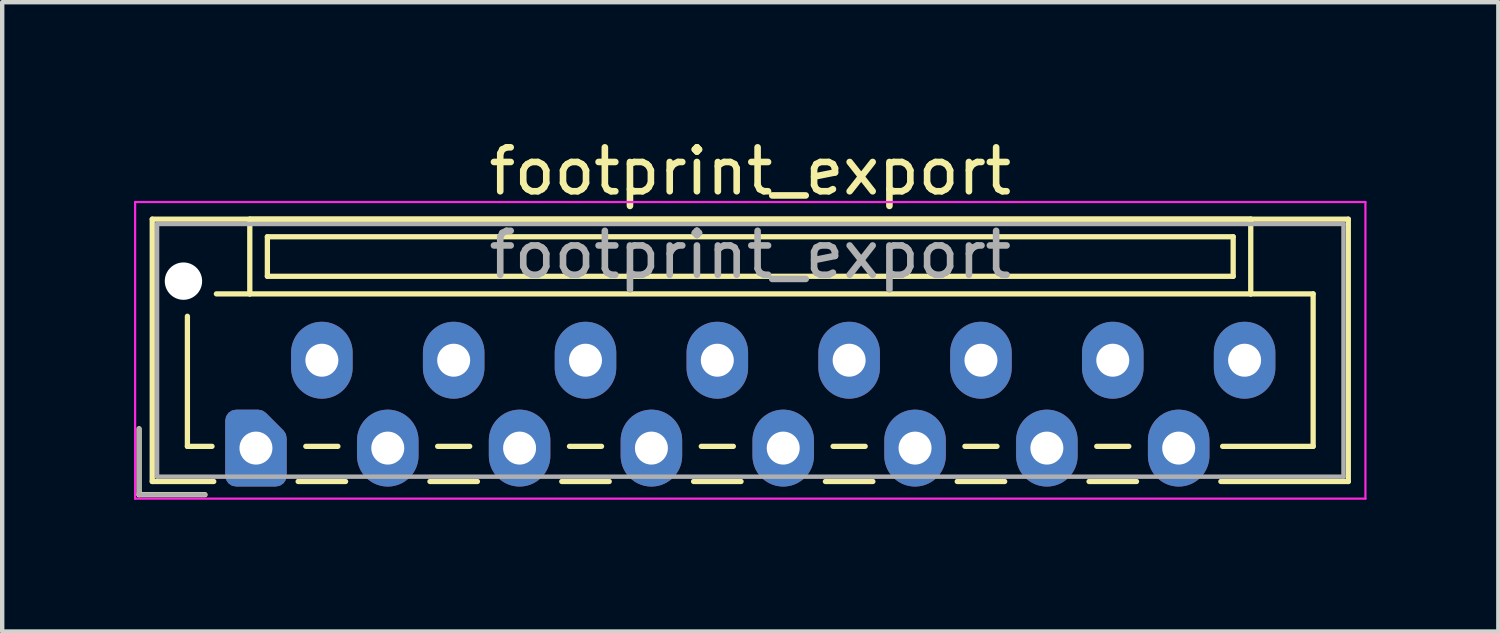
<source format=kicad_pcb>
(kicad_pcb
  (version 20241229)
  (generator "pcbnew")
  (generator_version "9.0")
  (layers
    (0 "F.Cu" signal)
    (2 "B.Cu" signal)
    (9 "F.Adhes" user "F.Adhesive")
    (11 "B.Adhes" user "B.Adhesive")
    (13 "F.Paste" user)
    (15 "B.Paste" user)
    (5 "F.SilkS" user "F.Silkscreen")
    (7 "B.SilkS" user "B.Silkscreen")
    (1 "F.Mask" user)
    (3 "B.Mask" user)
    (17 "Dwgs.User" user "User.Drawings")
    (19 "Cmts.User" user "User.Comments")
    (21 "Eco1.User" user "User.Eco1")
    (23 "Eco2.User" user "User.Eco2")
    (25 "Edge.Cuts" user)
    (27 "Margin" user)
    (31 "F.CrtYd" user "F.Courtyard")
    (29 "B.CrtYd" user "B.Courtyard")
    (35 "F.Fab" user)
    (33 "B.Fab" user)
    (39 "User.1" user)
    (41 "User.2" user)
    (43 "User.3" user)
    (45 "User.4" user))
  (footprint "footprint_export"
    (layer "F.Cu")
    (at 2.775 7.148)
    (property "Reference" "footprint_export" (at 11.25 -6.3 0) (layer "F.SilkS") (effects (font (size 1 1) (thickness 0.15))))
    (attr through_hole)
    (fp_line (start -2.66 -0.44) (end -2.66 1.06) (stroke (width 0.12) (type solid)) (layer "F.SilkS"))
    (fp_line (start -2.66 1.06) (end -1.16 1.06) (stroke (width 0.12) (type solid)) (layer "F.SilkS"))
    (fp_line (start -2.36 -5.21) (end 24.86 -5.21) (stroke (width 0.12) (type solid)) (layer "F.SilkS"))
    (fp_line (start -2.36 0.76) (end -2.36 -5.21) (stroke (width 0.12) (type solid)) (layer "F.SilkS"))
    (fp_line (start -1.56 -3) (end -1.56 -0.04) (stroke (width 0.12) (type solid)) (layer "F.SilkS"))
    (fp_line (start -1.56 -0.04) (end -1 -0.04) (stroke (width 0.12) (type solid)) (layer "F.SilkS"))
    (fp_line (start -0.96 0.76) (end -2.36 0.76) (stroke (width 0.12) (type solid)) (layer "F.SilkS"))
    (fp_line (start -0.14 -5.21) (end -0.14 -3.51) (stroke (width 0.12) (type solid)) (layer "F.SilkS"))
    (fp_line (start -0.14 -3.51) (end -0.9 -3.51) (stroke (width 0.12) (type solid)) (layer "F.SilkS"))
    (fp_line (start -0.14 -3.51) (end 22.64 -3.51) (stroke (width 0.12) (type solid)) (layer "F.SilkS"))
    (fp_line (start 0.26 -4.81) (end 0.26 -3.91) (stroke (width 0.12) (type solid)) (layer "F.SilkS"))
    (fp_line (start 0.26 -3.91) (end 22.24 -3.91) (stroke (width 0.12) (type solid)) (layer "F.SilkS"))
    (fp_line (start 0.96 0.76) (end 2.04 0.76) (stroke (width 0.12) (type solid)) (layer "F.SilkS"))
    (fp_line (start 1.135 -0.04) (end 1.865 -0.04) (stroke (width 0.12) (type solid)) (layer "F.SilkS"))
    (fp_line (start 3.96 0.76) (end 5.04 0.76) (stroke (width 0.12) (type solid)) (layer "F.SilkS"))
    (fp_line (start 4.135 -0.04) (end 4.865 -0.04) (stroke (width 0.12) (type solid)) (layer "F.SilkS"))
    (fp_line (start 6.96 0.76) (end 8.04 0.76) (stroke (width 0.12) (type solid)) (layer "F.SilkS"))
    (fp_line (start 7.135 -0.04) (end 7.865 -0.04) (stroke (width 0.12) (type solid)) (layer "F.SilkS"))
    (fp_line (start 9.96 0.76) (end 11.04 0.76) (stroke (width 0.12) (type solid)) (layer "F.SilkS"))
    (fp_line (start 10.135 -0.04) (end 10.865 -0.04) (stroke (width 0.12) (type solid)) (layer "F.SilkS"))
    (fp_line (start 12.96 0.76) (end 14.04 0.76) (stroke (width 0.12) (type solid)) (layer "F.SilkS"))
    (fp_line (start 13.135 -0.04) (end 13.865 -0.04) (stroke (width 0.12) (type solid)) (layer "F.SilkS"))
    (fp_line (start 15.96 0.76) (end 17.04 0.76) (stroke (width 0.12) (type solid)) (layer "F.SilkS"))
    (fp_line (start 16.135 -0.04) (end 16.865 -0.04) (stroke (width 0.12) (type solid)) (layer "F.SilkS"))
    (fp_line (start 18.96 0.76) (end 20.04 0.76) (stroke (width 0.12) (type solid)) (layer "F.SilkS"))
    (fp_line (start 19.135 -0.04) (end 19.865 -0.04) (stroke (width 0.12) (type solid)) (layer "F.SilkS"))
    (fp_line (start 22.24 -4.81) (end 0.26 -4.81) (stroke (width 0.12) (type solid)) (layer "F.SilkS"))
    (fp_line (start 22.24 -3.91) (end 22.24 -4.81) (stroke (width 0.12) (type solid)) (layer "F.SilkS"))
    (fp_line (start 22.64 -5.21) (end -0.14 -5.21) (stroke (width 0.12) (type solid)) (layer "F.SilkS"))
    (fp_line (start 22.64 -3.51) (end 22.64 -5.21) (stroke (width 0.12) (type solid)) (layer "F.SilkS"))
    (fp_line (start 22.64 -3.51) (end 24.06 -3.51) (stroke (width 0.12) (type solid)) (layer "F.SilkS"))
    (fp_line (start 24.06 -3.51) (end 24.06 -0.04) (stroke (width 0.12) (type solid)) (layer "F.SilkS"))
    (fp_line (start 24.06 -0.04) (end 22 -0.04) (stroke (width 0.12) (type solid)) (layer "F.SilkS"))
    (fp_line (start 24.86 -5.21) (end 24.86 0.76) (stroke (width 0.12) (type solid)) (layer "F.SilkS"))
    (fp_line (start 24.86 0.76) (end 21.96 0.76) (stroke (width 0.12) (type solid)) (layer "F.SilkS"))
    (fp_line (start -2.75 -5.6) (end -2.75 1.15) (stroke (width 0.05) (type solid)) (layer "F.CrtYd"))
    (fp_line (start -2.75 1.15) (end 25.25 1.15) (stroke (width 0.05) (type solid)) (layer "F.CrtYd"))
    (fp_line (start 25.25 -5.6) (end -2.75 -5.6) (stroke (width 0.05) (type solid)) (layer "F.CrtYd"))
    (fp_line (start 25.25 1.15) (end 25.25 -5.6) (stroke (width 0.05) (type solid)) (layer "F.CrtYd"))
    (fp_line (start -2.66 -0.44) (end -2.66 1.06) (stroke (width 0.1) (type solid)) (layer "F.Fab"))
    (fp_line (start -2.66 1.06) (end -1.16 1.06) (stroke (width 0.1) (type solid)) (layer "F.Fab"))
    (fp_line (start -2.25 -5.1) (end -2.25 0.65) (stroke (width 0.1) (type solid)) (layer "F.Fab"))
    (fp_line (start -2.25 0.65) (end 24.75 0.65) (stroke (width 0.1) (type solid)) (layer "F.Fab"))
    (fp_line (start 24.75 -5.1) (end -2.25 -5.1) (stroke (width 0.1) (type solid)) (layer "F.Fab"))
    (fp_line (start 24.75 0.65) (end 24.75 -5.1) (stroke (width 0.1) (type solid)) (layer "F.Fab"))
    (fp_text user "${REFERENCE}" (at 11.25 -4.4 0) (layer "F.Fab") (effects (font (size 1 1) (thickness 0.15))))
    (pad "" np_thru_hole circle (at -1.65 -3.8) (size 0.85 0.85) (drill 0.85) (layers "*.Cu" "*.Mask"))
    (pad "1" thru_hole custom (at 0 0) (size 1.117 1.117) (drill 0.75) (layers "*.Cu" "*.Mask") (options (anchor circle)) (primitives (gr_poly (pts (xy 0.45 -0.225) (xy 0.45 0.625) (xy -0.45 0.625) (xy -0.45 -0.625) (xy 0.05 -0.625)) (width 0.5) (fill yes))))
    (pad "2" thru_hole oval (at 1.5 -2) (size 1.4 1.75) (drill 0.75) (layers "*.Cu" "*.Mask"))
    (pad "3" thru_hole oval (at 3 0) (size 1.4 1.75) (drill 0.75) (layers "*.Cu" "*.Mask"))
    (pad "4" thru_hole oval (at 4.5 -2) (size 1.4 1.75) (drill 0.75) (layers "*.Cu" "*.Mask"))
    (pad "5" thru_hole oval (at 6 0) (size 1.4 1.75) (drill 0.75) (layers "*.Cu" "*.Mask"))
    (pad "6" thru_hole oval (at 7.5 -2) (size 1.4 1.75) (drill 0.75) (layers "*.Cu" "*.Mask"))
    (pad "7" thru_hole oval (at 9 0) (size 1.4 1.75) (drill 0.75) (layers "*.Cu" "*.Mask"))
    (pad "8" thru_hole oval (at 10.5 -2) (size 1.4 1.75) (drill 0.75) (layers "*.Cu" "*.Mask"))
    (pad "9" thru_hole oval (at 12 0) (size 1.4 1.75) (drill 0.75) (layers "*.Cu" "*.Mask"))
    (pad "10" thru_hole oval (at 13.5 -2) (size 1.4 1.75) (drill 0.75) (layers "*.Cu" "*.Mask"))
    (pad "11" thru_hole oval (at 15 0) (size 1.4 1.75) (drill 0.75) (layers "*.Cu" "*.Mask"))
    (pad "12" thru_hole oval (at 16.5 -2) (size 1.4 1.75) (drill 0.75) (layers "*.Cu" "*.Mask"))
    (pad "13" thru_hole oval (at 18 0) (size 1.4 1.75) (drill 0.75) (layers "*.Cu" "*.Mask"))
    (pad "14" thru_hole oval (at 19.5 -2) (size 1.4 1.75) (drill 0.75) (layers "*.Cu" "*.Mask"))
    (pad "15" thru_hole oval (at 21 0) (size 1.4 1.75) (drill 0.75) (layers "*.Cu" "*.Mask"))
    (pad "16" thru_hole oval (at 22.5 -2) (size 1.4 1.75) (drill 0.75) (layers "*.Cu" "*.Mask")))
  (gr_rect
    (start -3 -3)
    (end 31.05 11.323)
    (stroke (width 0.1) (type default))
    (fill no)
    (layer "Edge.Cuts")))
</source>
